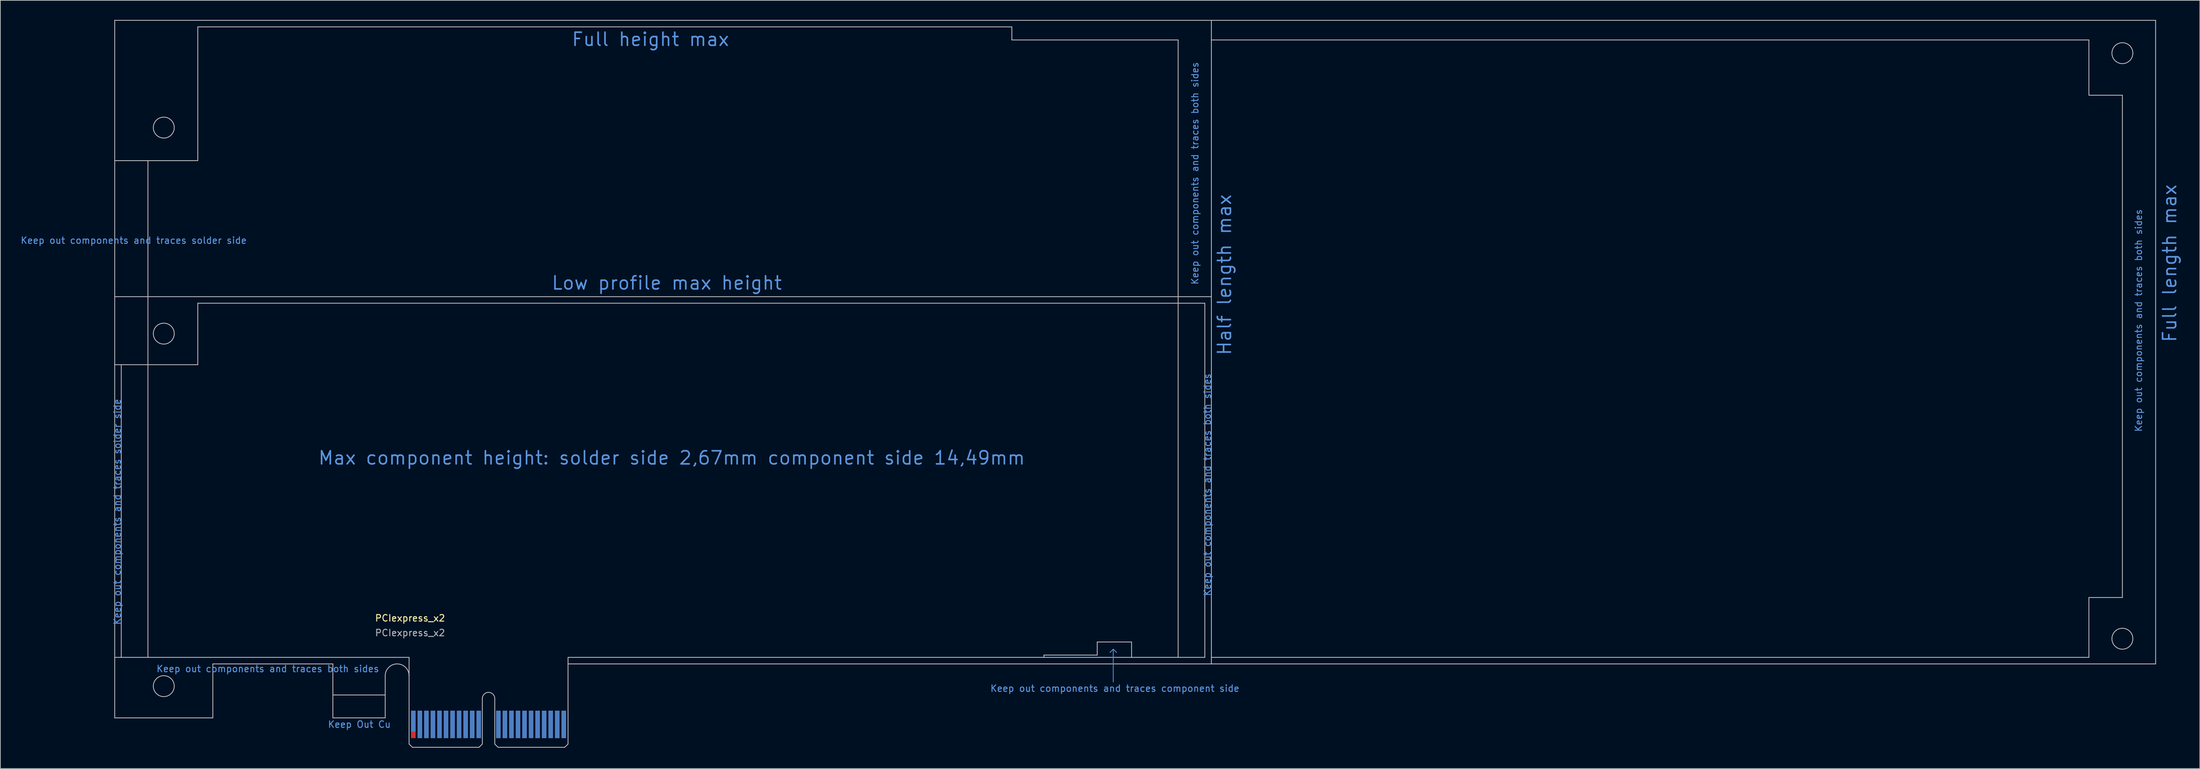
<source format=kicad_pcb>
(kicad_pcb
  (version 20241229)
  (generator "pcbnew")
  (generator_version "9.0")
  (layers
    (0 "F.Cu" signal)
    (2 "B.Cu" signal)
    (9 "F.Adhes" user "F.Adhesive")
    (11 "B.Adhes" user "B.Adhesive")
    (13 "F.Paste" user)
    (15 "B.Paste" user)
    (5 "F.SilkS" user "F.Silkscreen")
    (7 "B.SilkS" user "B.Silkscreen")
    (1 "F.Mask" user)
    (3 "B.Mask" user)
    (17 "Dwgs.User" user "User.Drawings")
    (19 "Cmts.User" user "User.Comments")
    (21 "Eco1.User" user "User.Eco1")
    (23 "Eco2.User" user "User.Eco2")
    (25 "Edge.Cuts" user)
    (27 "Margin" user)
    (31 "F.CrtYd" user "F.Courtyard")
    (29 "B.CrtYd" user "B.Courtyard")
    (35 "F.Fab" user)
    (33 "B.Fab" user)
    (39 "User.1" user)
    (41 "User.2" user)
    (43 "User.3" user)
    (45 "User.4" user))
  (footprint "PCIexpress_x2"
    (layer "F.Cu")
    (at 59.637 111.21)
    (property "Reference" "PCIexpress_x2" (at 0 -19.75 0) (layer "F.SilkS") (effects (font (size 1 1) (thickness 0.15))))
    (attr exclude_from_pos_files exclude_from_bom allow_soldermask_bridges)
    (fp_poly (pts (xy -11.8 -4.5) (xy -11.8 -8) (xy -3.8 -8) (xy -3.8 -4.5)) (stroke (width 0) (type solid)) (fill yes) (layer "F.Mask"))
    (fp_poly (pts (xy -0.25 -5.5) (xy 24.22 -5.5) (xy 24.22 0) (xy -0.25 0)) (stroke (width 0.2) (type solid)) (fill yes) (layer "F.Mask"))
    (fp_poly (pts (xy -11.8 -4.5) (xy -11.8 -8) (xy -3.8 -8) (xy -3.8 -4.5)) (stroke (width 0) (type solid)) (fill yes) (layer "B.Mask"))
    (fp_poly (pts (xy -0.25 -5.5) (xy 24.22 -5.5) (xy 24.22 0) (xy -0.25 0)) (stroke (width 0.2) (type solid)) (fill yes) (layer "B.Mask"))
    (fp_line (start -45.15 -111.15) (end -45.15 -4.5) (stroke (width 0.12) (type solid)) (layer "Dwgs.User"))
    (fp_line (start -45.15 -111.15) (end 122.5 -111.15) (stroke (width 0.12) (type solid)) (layer "Dwgs.User"))
    (fp_line (start -45.15 -89.7) (end -32.45 -89.7) (stroke (width 0.12) (type solid)) (layer "Dwgs.User"))
    (fp_line (start -45.15 -68.9) (end 122.5 -68.9) (stroke (width 0.12) (type solid)) (layer "Dwgs.User"))
    (fp_line (start -45.15 -58.5) (end -32.45 -58.5) (stroke (width 0.12) (type solid)) (layer "Dwgs.User"))
    (fp_line (start -44.15 -58.5) (end -44.15 -13.75) (stroke (width 0.12) (type solid)) (layer "Dwgs.User"))
    (fp_line (start -40.07 -13.75) (end -40.07 -89.7) (stroke (width 0.12) (type solid)) (layer "Dwgs.User"))
    (fp_line (start -32.45 -110.15) (end -32.45 -89.7) (stroke (width 0.12) (type solid)) (layer "Dwgs.User"))
    (fp_line (start -32.45 -110.15) (end 92 -110.15) (stroke (width 0.12) (type solid)) (layer "Dwgs.User"))
    (fp_line (start -32.45 -67.9) (end 121.5 -67.9) (stroke (width 0.12) (type solid)) (layer "Dwgs.User"))
    (fp_line (start -32.45 -58.5) (end -32.45 -67.9) (stroke (width 0.12) (type solid)) (layer "Dwgs.User"))
    (fp_line (start -30.15 -12.75) (end -11.8 -12.75) (stroke (width 0.12) (type solid)) (layer "Dwgs.User"))
    (fp_line (start -30.15 -4.5) (end -45.15 -4.5) (stroke (width 0.12) (type solid)) (layer "Dwgs.User"))
    (fp_line (start -30.15 -4.5) (end -30.15 -12.75) (stroke (width 0.12) (type solid)) (layer "Dwgs.User"))
    (fp_line (start -11.8 -8) (end -3.8 -8) (stroke (width 0.12) (type solid)) (layer "Dwgs.User"))
    (fp_line (start -11.8 -4.5) (end -11.8 -12.75) (stroke (width 0.12) (type solid)) (layer "Dwgs.User"))
    (fp_line (start -11.8 -4.5) (end -3.8 -4.5) (stroke (width 0.12) (type solid)) (layer "Dwgs.User"))
    (fp_line (start -3.8 -4.5) (end -3.8 -10.925) (stroke (width 0.12) (type solid)) (layer "Dwgs.User"))
    (fp_line (start -0.15 -13.75) (end -45.15 -13.75) (stroke (width 0.12) (type solid)) (layer "Dwgs.User"))
    (fp_line (start -0.15 -10.925) (end -0.15 -13.75) (stroke (width 0.12) (type solid)) (layer "Dwgs.User"))
    (fp_line (start -0.15 -0.5) (end -0.15 -10.925) (stroke (width 0.12) (type solid)) (layer "Dwgs.User"))
    (fp_line (start -0.15 -0.5) (end 0.35 0) (stroke (width 0.12) (type solid)) (layer "Dwgs.User"))
    (fp_line (start 0.35 0) (end 10.55 0) (stroke (width 0.12) (type solid)) (layer "Dwgs.User"))
    (fp_line (start 11.05 -7.45) (end 11.05 -0.5) (stroke (width 0.12) (type solid)) (layer "Dwgs.User"))
    (fp_line (start 11.05 -0.5) (end 10.55 0) (stroke (width 0.12) (type solid)) (layer "Dwgs.User"))
    (fp_line (start 12.95 -7.45) (end 12.95 -0.5) (stroke (width 0.12) (type solid)) (layer "Dwgs.User"))
    (fp_line (start 12.95 -0.5) (end 13.45 0) (stroke (width 0.12) (type solid)) (layer "Dwgs.User"))
    (fp_line (start 13.45 0) (end 23.65 0) (stroke (width 0.12) (type solid)) (layer "Dwgs.User"))
    (fp_line (start 24.15 -13.75) (end 121.5 -13.75) (stroke (width 0.12) (type solid)) (layer "Dwgs.User"))
    (fp_line (start 24.15 -12.75) (end 24.15 -13.75) (stroke (width 0.12) (type solid)) (layer "Dwgs.User"))
    (fp_line (start 24.15 -12.75) (end 122.503 -12.75) (stroke (width 0.12) (type solid)) (layer "Dwgs.User"))
    (fp_line (start 24.15 -0.5) (end 23.65 0) (stroke (width 0.12) (type solid)) (layer "Dwgs.User"))
    (fp_line (start 24.15 -0.5) (end 24.15 -12.75) (stroke (width 0.12) (type solid)) (layer "Dwgs.User"))
    (fp_line (start 92 -110.15) (end 92 -108.15) (stroke (width 0.12) (type solid)) (layer "Dwgs.User"))
    (fp_line (start 92 -108.15) (end 117.42 -108.15) (stroke (width 0.12) (type solid)) (layer "Dwgs.User"))
    (fp_line (start 96.9 -14.1) (end 96.9 -13.75) (stroke (width 0.12) (type solid)) (layer "Dwgs.User"))
    (fp_line (start 96.9 -14.1) (end 105.05 -14.1) (stroke (width 0.12) (type solid)) (layer "Dwgs.User"))
    (fp_line (start 105.05 -16.1) (end 110.3 -16.1) (stroke (width 0.12) (type solid)) (layer "Dwgs.User"))
    (fp_line (start 105.05 -14.1) (end 105.05 -16.1) (stroke (width 0.12) (type solid)) (layer "Dwgs.User"))
    (fp_line (start 110.3 -16.1) (end 110.3 -13.75) (stroke (width 0.12) (type solid)) (layer "Dwgs.User"))
    (fp_line (start 117.42 -108.15) (end 117.42 -13.75) (stroke (width 0.12) (type solid)) (layer "Dwgs.User"))
    (fp_line (start 121.5 -67.9) (end 121.5 -13.75) (stroke (width 0.12) (type solid)) (layer "Dwgs.User"))
    (fp_line (start 122.5 -111.15) (end 122.5 -12.75) (stroke (width 0.12) (type solid)) (layer "Dwgs.User"))
    (fp_line (start 122.5 -111.15) (end 266.85 -111.15) (stroke (width 0.12) (type solid)) (layer "Dwgs.User"))
    (fp_line (start 122.5 -108.15) (end 256.65 -108.15) (stroke (width 0.12) (type solid)) (layer "Dwgs.User"))
    (fp_line (start 122.5 -13.75) (end 256.65 -13.75) (stroke (width 0.12) (type solid)) (layer "Dwgs.User"))
    (fp_line (start 122.503 -12.75) (end 266.853 -12.75) (stroke (width 0.12) (type solid)) (layer "Dwgs.User"))
    (fp_line (start 256.65 -108.15) (end 256.65 -99.7) (stroke (width 0.12) (type solid)) (layer "Dwgs.User"))
    (fp_line (start 256.65 -99.7) (end 261.77 -99.7) (stroke (width 0.12) (type solid)) (layer "Dwgs.User"))
    (fp_line (start 256.65 -22.9) (end 261.77 -22.9) (stroke (width 0.12) (type solid)) (layer "Dwgs.User"))
    (fp_line (start 256.65 -13.75) (end 256.65 -22.9) (stroke (width 0.12) (type solid)) (layer "Dwgs.User"))
    (fp_line (start 261.77 -99.7) (end 261.77 -22.9) (stroke (width 0.12) (type solid)) (layer "Dwgs.User"))
    (fp_line (start 266.85 -111.15) (end 266.853 -12.75) (stroke (width 0.12) (type solid)) (layer "Dwgs.User"))
    (fp_arc (start -3.8 -10.925) (mid -1.975 -12.75) (end -0.15 -10.925) (stroke (width 0.12) (type solid)) (layer "Dwgs.User"))
    (fp_arc (start 11.05 -7.45) (mid 12 -8.4) (end 12.95 -7.45) (stroke (width 0.12) (type solid)) (layer "Dwgs.User"))
    (fp_circle (center -37.65 -94.75) (end -36.05 -94.75) (stroke (width 0.12) (type solid)) (fill no) (layer "Dwgs.User"))
    (fp_circle (center -37.65 -63.25) (end -36.05 -63.25) (stroke (width 0.12) (type solid)) (fill no) (layer "Dwgs.User"))
    (fp_circle (center -37.65 -9.35) (end -36.05 -9.35) (stroke (width 0.12) (type solid)) (fill no) (layer "Dwgs.User"))
    (fp_circle (center 261.77 -106.13) (end 263.37 -106.13) (stroke (width 0.12) (type solid)) (fill no) (layer "Dwgs.User"))
    (fp_circle (center 261.77 -16.6) (end 263.37 -16.6) (stroke (width 0.12) (type solid)) (fill no) (layer "Dwgs.User"))
    (fp_line (start 107.5 -15) (end 107 -14.5) (stroke (width 0.12) (type solid)) (layer "Cmts.User"))
    (fp_line (start 107.5 -15) (end 108 -14.5) (stroke (width 0.12) (type solid)) (layer "Cmts.User"))
    (fp_line (start 107.5 -10) (end 107.5 -15) (stroke (width 0.12) (type solid)) (layer "Cmts.User"))
    (fp_text user "Keep out components and traces both sides" (at 120 -87.75 90) (layer "Cmts.User") (effects (font (size 1 1) (thickness 0.15))))
    (fp_text user "Keep out components and traces solder side" (at -44.75 -36 90) (layer "Cmts.User") (effects (font (size 1 1) (thickness 0.15))))
    (fp_text user "Full height max" (at 36.75 -108.25 0) (layer "Cmts.User") (effects (font (size 2 2) (thickness 0.25))))
    (fp_text user "Half length max" (at 124.5 -72.25 90) (layer "Cmts.User") (effects (font (size 2 2) (thickness 0.25))))
    (fp_text user "Keep out components and traces both sides" (at 264.25 -65.25 90) (layer "Cmts.User") (effects (font (size 1 1) (thickness 0.15))))
    (fp_text user "Keep out components and traces both sides" (at -21.75 -12 0) (layer "Cmts.User") (effects (font (size 1 1) (thickness 0.15))))
    (fp_text user "Keep out components and traces component side" (at 107.75 -9 180) (layer "Cmts.User") (effects (font (size 1 1) (thickness 0.15))))
    (fp_text user "Low profile max height" (at 39.25 -71 0) (layer "Cmts.User") (effects (font (size 2 2) (thickness 0.25))))
    (fp_text user "Keep Out Cu" (at -7.75 -3.5 0) (layer "Cmts.User") (effects (font (size 1 1) (thickness 0.15))))
    (fp_text user "Keep out components and traces both sides" (at 121.893 -40.135 90) (layer "Cmts.User") (effects (font (size 1 1) (thickness 0.15))))
    (fp_text user "Keep out components and traces solder side" (at -42.25 -77.5 180) (layer "Cmts.User") (effects (font (size 1 1) (thickness 0.15))))
    (fp_text user "Full length max" (at 269 -74 90) (layer "Cmts.User") (effects (font (size 2 2) (thickness 0.25))))
    (fp_text user "Max component height: solder side 2,67mm component side 14,49mm" (at 40 -44.25 0) (layer "Cmts.User") (effects (font (size 2 2) (thickness 0.25))))
    (fp_text user "${REFERENCE}" (at 0 -17.5 0) (layer "F.Fab") (effects (font (size 1 1) (thickness 0.15))))
    (pad "A1" connect rect (at 0.5 -4) (size 0.7 3.2) (layers "B.Cu"))
    (pad "A2" connect rect (at 1.5 -3.5) (size 0.7 4.2) (layers "B.Cu"))
    (pad "A3" connect rect (at 2.5 -3.5) (size 0.7 4.2) (layers "B.Cu"))
    (pad "A4" connect rect (at 3.5 -3.5) (size 0.7 4.2) (layers "B.Cu"))
    (pad "A5" connect rect (at 4.5 -3.5) (size 0.7 4.2) (layers "B.Cu"))
    (pad "A6" connect rect (at 5.5 -3.5) (size 0.7 4.2) (layers "B.Cu"))
    (pad "A7" connect rect (at 6.5 -3.5) (size 0.7 4.2) (layers "B.Cu"))
    (pad "A8" connect rect (at 7.5 -3.5) (size 0.7 4.2) (layers "B.Cu"))
    (pad "A9" connect rect (at 8.5 -3.5) (size 0.7 4.2) (layers "B.Cu"))
    (pad "A10" connect rect (at 9.5 -3.5) (size 0.7 4.2) (layers "B.Cu"))
    (pad "A11" connect rect (at 10.5 -3.5) (size 0.7 4.2) (layers "B.Cu"))
    (pad "A12" connect rect (at 13.5 -3.5) (size 0.7 4.2) (layers "B.Cu"))
    (pad "A13" connect rect (at 14.5 -3.5) (size 0.7 4.2) (layers "B.Cu"))
    (pad "A14" connect rect (at 15.5 -3.5) (size 0.7 4.2) (layers "B.Cu"))
    (pad "A15" connect rect (at 16.5 -3.5) (size 0.7 4.2) (layers "B.Cu"))
    (pad "A16" connect rect (at 17.5 -3.5) (size 0.7 4.2) (layers "B.Cu"))
    (pad "A17" connect rect (at 18.5 -3.5) (size 0.7 4.2) (layers "B.Cu"))
    (pad "A18" connect rect (at 19.5 -3.5) (size 0.7 4.2) (layers "B.Cu"))
    (pad "A19" connect rect (at 20.5 -3.5) (size 0.7 4.2) (layers "B.Cu"))
    (pad "A20" connect rect (at 21.5 -3.5) (size 0.7 4.2) (layers "B.Cu"))
    (pad "A21" connect rect (at 22.5 -3.5) (size 0.7 4.2) (layers "B.Cu"))
    (pad "A22" connect rect (at 23.5 -3.5) (size 0.7 4.2) (layers "B.Cu"))
    (pad "B1" connect rect (at 0.5 -3.5) (size 0.7 4.2) (layers "F.Cu"))
    (pad "B2" connect rect (at 1.5 -3.5) (size 0.7 4.2) (layers "F.Cu"))
    (pad "B3" connect rect (at 2.5 -3.5) (size 0.7 4.2) (layers "F.Cu"))
    (pad "B4" connect rect (at 3.5 -3.5) (size 0.7 4.2) (layers "F.Cu"))
    (pad "B5" connect rect (at 4.5 -3.5) (size 0.7 4.2) (layers "F.Cu"))
    (pad "B6" connect rect (at 5.5 -3.5) (size 0.7 4.2) (layers "F.Cu"))
    (pad "B7" connect rect (at 6.5 -3.5) (size 0.7 4.2) (layers "F.Cu"))
    (pad "B8" connect rect (at 7.5 -3.5) (size 0.7 4.2) (layers "F.Cu"))
    (pad "B9" connect rect (at 8.5 -3.5) (size 0.7 4.2) (layers "F.Cu"))
    (pad "B10" connect rect (at 9.5 -3.5) (size 0.7 4.2) (layers "F.Cu"))
    (pad "B11" connect rect (at 10.5 -3.5) (size 0.7 4.2) (layers "F.Cu"))
    (pad "B12" connect rect (at 13.5 -3.5) (size 0.7 4.2) (layers "F.Cu"))
    (pad "B13" connect rect (at 14.5 -3.5) (size 0.7 4.2) (layers "F.Cu"))
    (pad "B14" connect rect (at 15.5 -3.5) (size 0.7 4.2) (layers "F.Cu"))
    (pad "B15" connect rect (at 16.5 -3.5) (size 0.7 4.2) (layers "F.Cu"))
    (pad "B16" connect rect (at 17.5 -3.5) (size 0.7 4.2) (layers "F.Cu"))
    (pad "B17" connect rect (at 18.5 -4) (size 0.7 3.2) (layers "F.Cu"))
    (pad "B18" connect rect (at 19.5 -3.5) (size 0.7 4.2) (layers "F.Cu"))
    (pad "B19" connect rect (at 20.5 -3.5) (size 0.7 4.2) (layers "F.Cu"))
    (pad "B20" connect rect (at 21.5 -3.5) (size 0.7 4.2) (layers "F.Cu"))
    (pad "B21" connect rect (at 22.5 -3.5) (size 0.7 4.2) (layers "F.Cu"))
    (pad "B22" connect rect (at 23.5 -3.5) (size 0.7 4.2) (layers "F.Cu")))
  (gr_rect
    (start -3 -3)
    (end 333.246 114.46)
    (stroke (width 0.1) (type default))
    (fill no)
    (layer "Edge.Cuts")))
</source>
